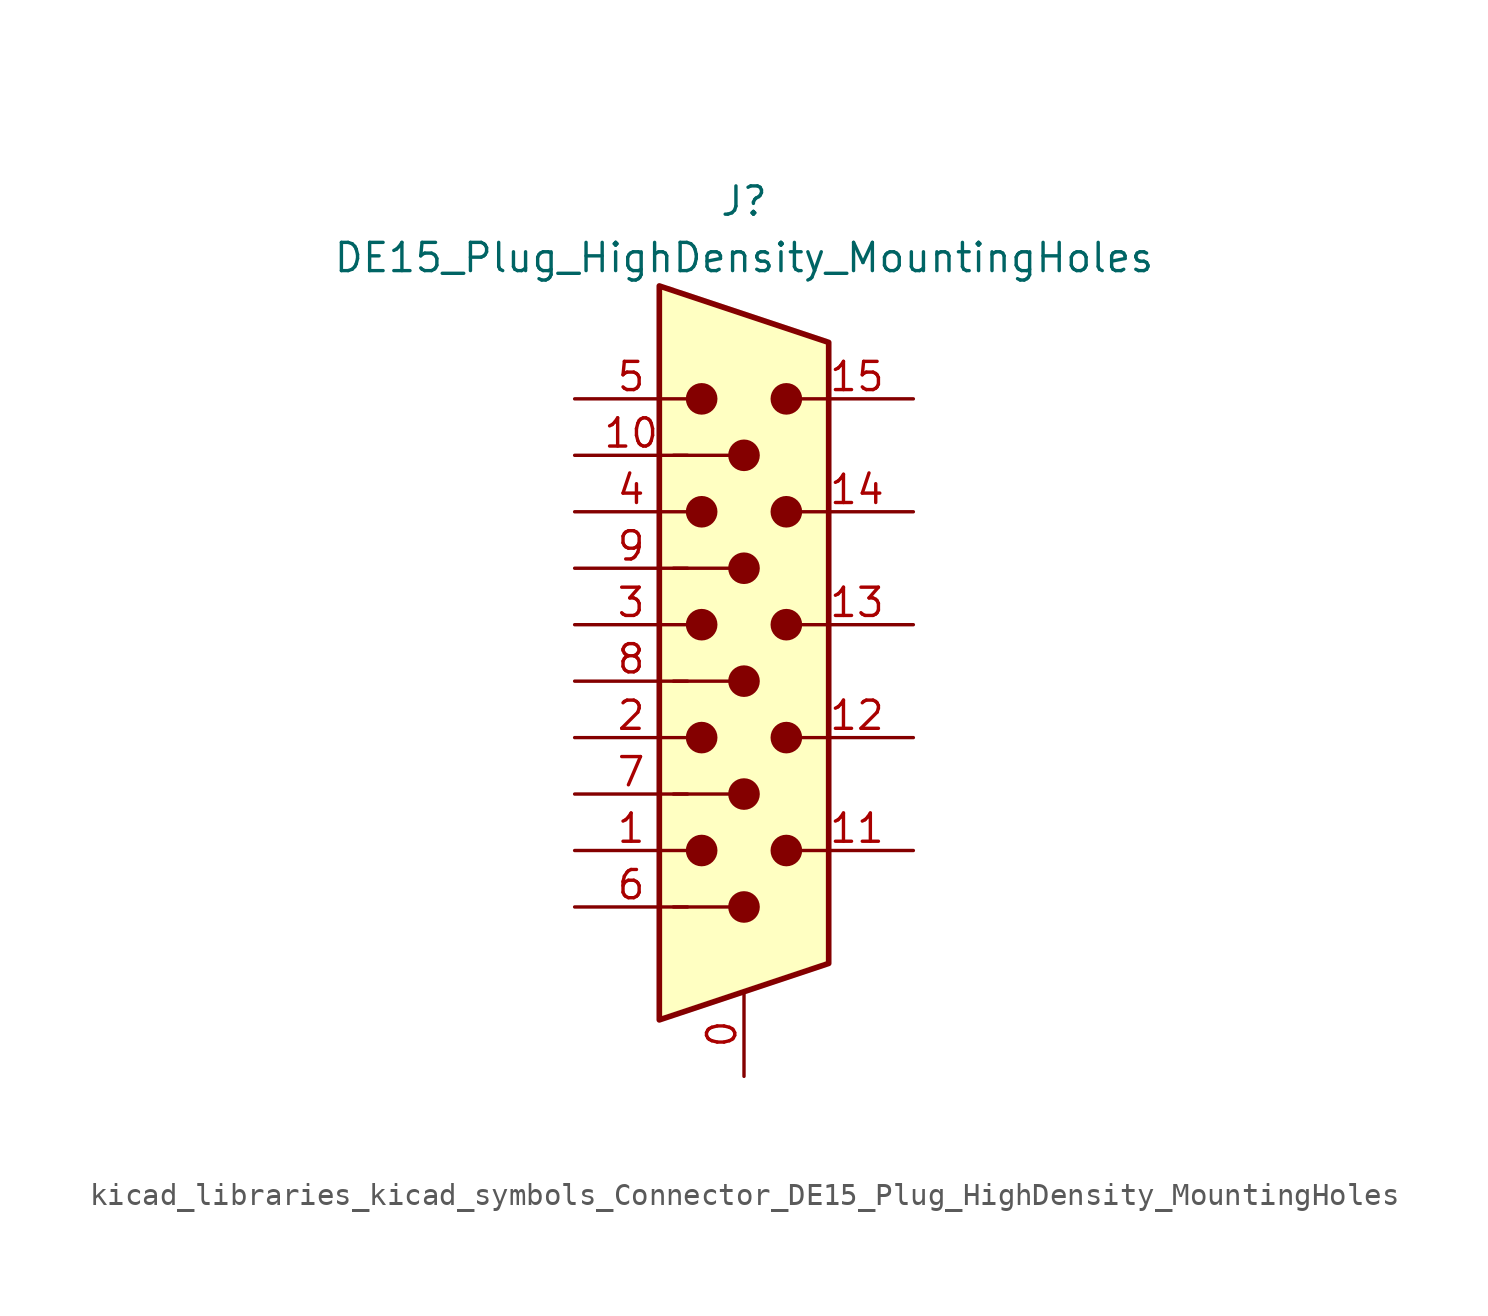
<source format=kicad_sym>
(kicad_symbol_lib
  (version 20220914)
  (generator kicad_symbol_editor)
  (symbol "kicad_libraries_kicad_symbols_Connector_DE15_Plug_HighDensity_MountingHoles"
    (pin_names
      (offset 1.016) hide)
    (property "Reference" "J"
      (at 0 21.59 0)
      (effects (font (size 1.27 1.27))))
    (property "Value" "DE15_Plug_HighDensity_MountingHoles"
      (at 0 19.05 0)
      (effects (font (size 1.27 1.27))))
    (symbol "kicad_libraries_kicad_symbols_Connector_DE15_Plug_HighDensity_MountingHoles_0_1"
      (circle (center -1.905 -7.62) (radius 0.635) (stroke (width 0) (type default)) (fill (type outline)))
      (circle (center -1.905 -2.54) (radius 0.635) (stroke (width 0) (type default)) (fill (type outline)))
      (circle (center -1.905 2.54) (radius 0.635) (stroke (width 0) (type default)) (fill (type outline)))
      (circle (center -1.905 7.62) (radius 0.635) (stroke (width 0) (type default)) (fill (type outline)))
      (circle (center -1.905 12.7) (radius 0.635) (stroke (width 0) (type default)) (fill (type outline)))
      (circle (center 0 -10.16) (radius 0.635) (stroke (width 0) (type default)) (fill (type outline)))
      (circle (center 0 -5.08) (radius 0.635) (stroke (width 0) (type default)) (fill (type outline)))
      (polyline (pts (xy -3.175 -5.08) (xy -0.635 -5.08)) (stroke (width 0) (type default)) (fill (type none)))
      (polyline (pts (xy -0.635 -10.16) (xy -3.175 -10.16)) (stroke (width 0) (type default)) (fill (type none)))
      (polyline (pts (xy -0.635 0) (xy -3.175 0)) (stroke (width 0) (type default)) (fill (type none)))
      (polyline (pts (xy -0.635 5.08) (xy -3.175 5.08)) (stroke (width 0) (type default)) (fill (type none)))
      (polyline (pts (xy -0.635 10.16) (xy -3.175 10.16)) (stroke (width 0) (type default)) (fill (type none)))
      (polyline (pts (xy -3.81 17.78) (xy -3.81 -15.24) (xy 3.81 -12.7) (xy 3.81 15.24) (xy -3.81 17.78)) (stroke (width 0.254) (type default)) (fill (type background)))
      (circle (center 0 0) (radius 0.635) (stroke (width 0) (type default)) (fill (type outline)))
      (circle (center 0 5.08) (radius 0.635) (stroke (width 0) (type default)) (fill (type outline)))
      (circle (center 0 10.16) (radius 0.635) (stroke (width 0) (type default)) (fill (type outline)))
      (circle (center 1.905 -7.62) (radius 0.635) (stroke (width 0) (type default)) (fill (type outline)))
      (circle (center 1.905 -2.54) (radius 0.635) (stroke (width 0) (type default)) (fill (type outline)))
      (circle (center 1.905 2.54) (radius 0.635) (stroke (width 0) (type default)) (fill (type outline)))
      (circle (center 1.905 7.62) (radius 0.635) (stroke (width 0) (type default)) (fill (type outline)))
      (circle (center 1.905 12.7) (radius 0.635) (stroke (width 0) (type default)) (fill (type outline))))
    (symbol "kicad_libraries_kicad_symbols_Connector_DE15_Plug_HighDensity_MountingHoles_1_1"
      (pin passive line (at 0 -17.78 90) (length 3.81) (name "~" (effects (font (size 1.27 1.27)))) (number "0" (effects (font (size 1.27 1.27)))))
      (pin passive line (at -7.62 -7.62 0) (length 5.08) (name "~" (effects (font (size 1.27 1.27)))) (number "1" (effects (font (size 1.27 1.27)))))
      (pin passive line (at -7.62 10.16 0) (length 5.08) (name "~" (effects (font (size 1.27 1.27)))) (number "10" (effects (font (size 1.27 1.27)))))
      (pin passive line (at 7.62 -7.62 180) (length 5.08) (name "~" (effects (font (size 1.27 1.27)))) (number "11" (effects (font (size 1.27 1.27)))))
      (pin passive line (at 7.62 -2.54 180) (length 5.08) (name "~" (effects (font (size 1.27 1.27)))) (number "12" (effects (font (size 1.27 1.27)))))
      (pin passive line (at 7.62 2.54 180) (length 5.08) (name "~" (effects (font (size 1.27 1.27)))) (number "13" (effects (font (size 1.27 1.27)))))
      (pin passive line (at 7.62 7.62 180) (length 5.08) (name "~" (effects (font (size 1.27 1.27)))) (number "14" (effects (font (size 1.27 1.27)))))
      (pin passive line (at 7.62 12.7 180) (length 5.08) (name "~" (effects (font (size 1.27 1.27)))) (number "15" (effects (font (size 1.27 1.27)))))
      (pin passive line (at -7.62 -2.54 0) (length 5.08) (name "~" (effects (font (size 1.27 1.27)))) (number "2" (effects (font (size 1.27 1.27)))))
      (pin passive line (at -7.62 2.54 0) (length 5.08) (name "~" (effects (font (size 1.27 1.27)))) (number "3" (effects (font (size 1.27 1.27)))))
      (pin passive line (at -7.62 7.62 0) (length 5.08) (name "~" (effects (font (size 1.27 1.27)))) (number "4" (effects (font (size 1.27 1.27)))))
      (pin passive line (at -7.62 12.7 0) (length 5.08) (name "~" (effects (font (size 1.27 1.27)))) (number "5" (effects (font (size 1.27 1.27)))))
      (pin passive line (at -7.62 -10.16 0) (length 5.08) (name "~" (effects (font (size 1.27 1.27)))) (number "6" (effects (font (size 1.27 1.27)))))
      (pin passive line (at -7.62 -5.08 0) (length 5.08) (name "~" (effects (font (size 1.27 1.27)))) (number "7" (effects (font (size 1.27 1.27)))))
      (pin passive line (at -7.62 0 0) (length 5.08) (name "~" (effects (font (size 1.27 1.27)))) (number "8" (effects (font (size 1.27 1.27)))))
      (pin passive line (at -7.62 5.08 0) (length 5.08) (name "~" (effects (font (size 1.27 1.27)))) (number "9" (effects (font (size 1.27 1.27))))))))
</source>
